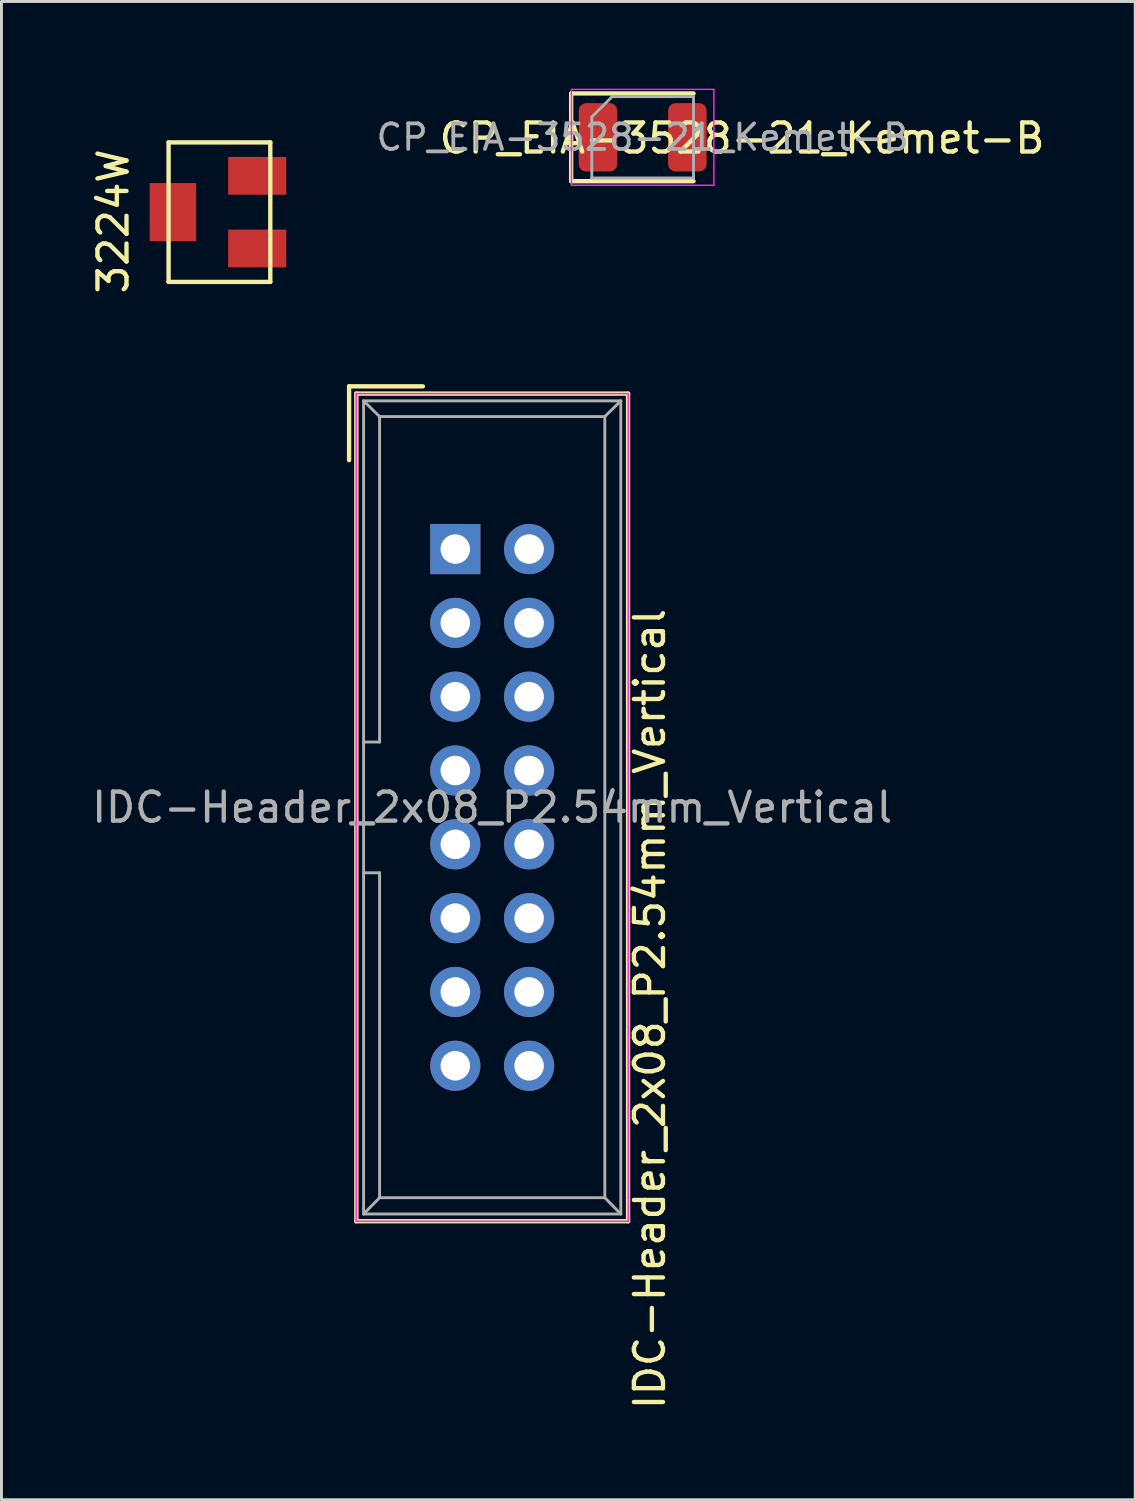
<source format=kicad_pcb>
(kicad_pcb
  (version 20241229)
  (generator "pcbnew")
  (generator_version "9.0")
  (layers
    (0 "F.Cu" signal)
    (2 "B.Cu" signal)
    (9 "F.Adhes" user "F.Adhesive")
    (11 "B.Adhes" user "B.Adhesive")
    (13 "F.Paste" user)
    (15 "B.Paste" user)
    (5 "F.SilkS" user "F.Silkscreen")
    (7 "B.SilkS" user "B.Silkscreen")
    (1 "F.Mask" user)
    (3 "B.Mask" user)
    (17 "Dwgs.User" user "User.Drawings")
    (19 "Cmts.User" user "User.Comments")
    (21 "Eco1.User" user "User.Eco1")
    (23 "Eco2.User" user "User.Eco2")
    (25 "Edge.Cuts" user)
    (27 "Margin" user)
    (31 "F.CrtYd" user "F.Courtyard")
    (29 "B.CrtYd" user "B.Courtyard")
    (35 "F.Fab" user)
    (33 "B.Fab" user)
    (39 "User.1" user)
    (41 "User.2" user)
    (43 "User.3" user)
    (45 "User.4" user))
  (footprint "IDC-Header_2x08_P2.54mm_Vertical"
    (layer "F.Cu")
    (at 12.617 15.844)
    (property "Reference" "IDC-Header_2x08_P2.54mm_Vertical" (at 6.691 15.826 90) (layer "F.SilkS") (effects (font (size 1 1) (thickness 0.15))))
    (attr through_hole)
    (fp_line (start -3.655 -5.6) (end -3.655 -3.06) (stroke (width 0.15) (type solid)) (layer "F.SilkS"))
    (fp_line (start -3.655 -5.6) (end -1.115 -5.6) (stroke (width 0.15) (type solid)) (layer "F.SilkS"))
    (fp_line (start -3.405 -5.35) (end 5.945 -5.35) (stroke (width 0.15) (type solid)) (layer "F.SilkS"))
    (fp_line (start -3.405 23.13) (end -3.405 -5.35) (stroke (width 0.15) (type solid)) (layer "F.SilkS"))
    (fp_line (start 5.945 -5.35) (end 5.945 23.13) (stroke (width 0.15) (type solid)) (layer "F.SilkS"))
    (fp_line (start 5.945 23.13) (end -3.405 23.13) (stroke (width 0.15) (type solid)) (layer "F.SilkS"))
    (fp_line (start -3.41 -5.35) (end 5.95 -5.35) (stroke (width 0.05) (type solid)) (layer "F.CrtYd"))
    (fp_line (start -3.41 23.13) (end -3.41 -5.35) (stroke (width 0.05) (type solid)) (layer "F.CrtYd"))
    (fp_line (start 5.95 -5.35) (end 5.95 23.13) (stroke (width 0.05) (type solid)) (layer "F.CrtYd"))
    (fp_line (start 5.95 23.13) (end -3.41 23.13) (stroke (width 0.05) (type solid)) (layer "F.CrtYd"))
    (fp_line (start -3.155 -5.1) (end -3.155 22.88) (stroke (width 0.1) (type solid)) (layer "F.Fab"))
    (fp_line (start -3.155 -5.1) (end -2.605 -4.56) (stroke (width 0.1) (type solid)) (layer "F.Fab"))
    (fp_line (start -3.155 22.88) (end -2.605 22.32) (stroke (width 0.1) (type solid)) (layer "F.Fab"))
    (fp_line (start -2.605 -4.56) (end -2.605 6.64) (stroke (width 0.1) (type solid)) (layer "F.Fab"))
    (fp_line (start -2.605 6.64) (end -3.155 6.64) (stroke (width 0.1) (type solid)) (layer "F.Fab"))
    (fp_line (start -2.605 11.14) (end -3.155 11.14) (stroke (width 0.1) (type solid)) (layer "F.Fab"))
    (fp_line (start -2.605 11.14) (end -2.605 22.32) (stroke (width 0.1) (type solid)) (layer "F.Fab"))
    (fp_line (start 5.145 -4.56) (end -2.605 -4.56) (stroke (width 0.1) (type solid)) (layer "F.Fab"))
    (fp_line (start 5.145 -4.56) (end 5.145 22.32) (stroke (width 0.1) (type solid)) (layer "F.Fab"))
    (fp_line (start 5.145 22.32) (end -2.605 22.32) (stroke (width 0.1) (type solid)) (layer "F.Fab"))
    (fp_line (start 5.695 -5.1) (end -3.155 -5.1) (stroke (width 0.1) (type solid)) (layer "F.Fab"))
    (fp_line (start 5.695 -5.1) (end 5.145 -4.56) (stroke (width 0.1) (type solid)) (layer "F.Fab"))
    (fp_line (start 5.695 -5.1) (end 5.695 22.88) (stroke (width 0.1) (type solid)) (layer "F.Fab"))
    (fp_line (start 5.695 22.88) (end -3.155 22.88) (stroke (width 0.1) (type solid)) (layer "F.Fab"))
    (fp_line (start 5.695 22.88) (end 5.145 22.32) (stroke (width 0.1) (type solid)) (layer "F.Fab"))
    (fp_text user "${REFERENCE}" (at 1.27 8.89 0) (layer "F.Fab") (effects (font (size 1 1) (thickness 0.15))))
    (pad "1" thru_hole rect (at 0 0) (size 1.727 1.727) (drill 1.016) (layers "*.Cu" "*.Mask"))
    (pad "2" thru_hole oval (at 2.54 0) (size 1.727 1.727) (drill 1.016) (layers "*.Cu" "*.Mask"))
    (pad "3" thru_hole oval (at 0 2.54) (size 1.727 1.727) (drill 1.016) (layers "*.Cu" "*.Mask"))
    (pad "4" thru_hole oval (at 2.54 2.54) (size 1.727 1.727) (drill 1.016) (layers "*.Cu" "*.Mask"))
    (pad "5" thru_hole oval (at 0 5.08) (size 1.727 1.727) (drill 1.016) (layers "*.Cu" "*.Mask"))
    (pad "6" thru_hole oval (at 2.54 5.08) (size 1.727 1.727) (drill 1.016) (layers "*.Cu" "*.Mask"))
    (pad "7" thru_hole oval (at 0 7.62) (size 1.727 1.727) (drill 1.016) (layers "*.Cu" "*.Mask"))
    (pad "8" thru_hole oval (at 2.54 7.62) (size 1.727 1.727) (drill 1.016) (layers "*.Cu" "*.Mask"))
    (pad "9" thru_hole oval (at 0 10.16) (size 1.727 1.727) (drill 1.016) (layers "*.Cu" "*.Mask"))
    (pad "10" thru_hole oval (at 2.54 10.16) (size 1.727 1.727) (drill 1.016) (layers "*.Cu" "*.Mask"))
    (pad "11" thru_hole oval (at 0 12.7) (size 1.727 1.727) (drill 1.016) (layers "*.Cu" "*.Mask"))
    (pad "12" thru_hole oval (at 2.54 12.7) (size 1.727 1.727) (drill 1.016) (layers "*.Cu" "*.Mask"))
    (pad "13" thru_hole oval (at 0 15.24) (size 1.727 1.727) (drill 1.016) (layers "*.Cu" "*.Mask"))
    (pad "14" thru_hole oval (at 2.54 15.24) (size 1.727 1.727) (drill 1.016) (layers "*.Cu" "*.Mask"))
    (pad "15" thru_hole oval (at 0 17.78) (size 1.727 1.727) (drill 1.016) (layers "*.Cu" "*.Mask"))
    (pad "16" thru_hole oval (at 2.54 17.78) (size 1.727 1.727) (drill 1.016) (layers "*.Cu" "*.Mask")))
  (footprint "CP_EIA-3528-21_Kemet-B"
    (layer "F.Cu")
    (at 19.064 1.675)
    (property "Reference" "CP_EIA-3528-21_Kemet-B" (at 3.42 0.033 0) (layer "F.SilkS") (effects (font (size 1 1) (thickness 0.15))))
    (attr smd)
    (fp_line (start -2.46 -1.51) (end -2.46 1.51) (stroke (width 0.15) (type solid)) (layer "F.SilkS"))
    (fp_line (start -2.46 1.51) (end 1.75 1.51) (stroke (width 0.15) (type solid)) (layer "F.SilkS"))
    (fp_line (start 1.75 -1.51) (end -2.46 -1.51) (stroke (width 0.15) (type solid)) (layer "F.SilkS"))
    (fp_line (start -2.45 -1.65) (end 2.45 -1.65) (stroke (width 0.05) (type solid)) (layer "F.CrtYd"))
    (fp_line (start -2.45 1.65) (end -2.45 -1.65) (stroke (width 0.05) (type solid)) (layer "F.CrtYd"))
    (fp_line (start 2.45 -1.65) (end 2.45 1.65) (stroke (width 0.05) (type solid)) (layer "F.CrtYd"))
    (fp_line (start 2.45 1.65) (end -2.45 1.65) (stroke (width 0.05) (type solid)) (layer "F.CrtYd"))
    (fp_line (start -1.75 -0.7) (end -1.75 1.4) (stroke (width 0.1) (type solid)) (layer "F.Fab"))
    (fp_line (start -1.75 1.4) (end 1.75 1.4) (stroke (width 0.1) (type solid)) (layer "F.Fab"))
    (fp_line (start -1.05 -1.4) (end -1.75 -0.7) (stroke (width 0.1) (type solid)) (layer "F.Fab"))
    (fp_line (start 1.75 -1.4) (end -1.05 -1.4) (stroke (width 0.1) (type solid)) (layer "F.Fab"))
    (fp_line (start 1.75 1.4) (end 1.75 -1.4) (stroke (width 0.1) (type solid)) (layer "F.Fab"))
    (fp_text user "${REFERENCE}" (at 0 0 0) (layer "F.Fab") (effects (font (size 0.88 0.88) (thickness 0.13))))
    (pad "1" smd roundrect (at -1.538 0) (size 1.325 2.35) (layers "F.Cu" "F.Mask" "F.Paste") (roundrect_rratio 0.189))
    (pad "2" smd roundrect (at 1.538 0) (size 1.325 2.35) (layers "F.Cu" "F.Mask" "F.Paste") (roundrect_rratio 0.189)))
  (footprint "3224W"
    (layer "F.Cu")
    (at 2.051 0.25)
    (property "Reference" "3224W" (at -1.203 4.318 270) (layer "F.SilkS") (effects (font (size 1 1) (thickness 0.15))))
    (attr through_hole)
    (fp_line (start 0.7 1.6) (end 4.2 1.6) (stroke (width 0.15) (type solid)) (layer "F.SilkS"))
    (fp_line (start 0.7 6.4) (end 0.7 1.6) (stroke (width 0.15) (type solid)) (layer "F.SilkS"))
    (fp_line (start 0.7 6.4) (end 4.2 6.4) (stroke (width 0.15) (type solid)) (layer "F.SilkS"))
    (fp_line (start 4.2 6.4) (end 4.2 1.6) (stroke (width 0.15) (type solid)) (layer "F.SilkS"))
    (pad "1" smd rect (at 3.75 2.75 90) (size 1.3 2) (layers "F.Cu" "F.Mask" "F.Paste"))
    (pad "2" smd rect (at 0.85 4 90) (size 2 1.6) (layers "F.Cu" "F.Mask" "F.Paste"))
    (pad "3" smd rect (at 3.75 5.25 90) (size 1.3 2) (layers "F.Cu" "F.Mask" "F.Paste")))
  (gr_rect
    (start -3 -3)
    (end 36.014 48.557)
    (stroke (width 0.1) (type default))
    (fill no)
    (layer "Edge.Cuts")))
</source>
